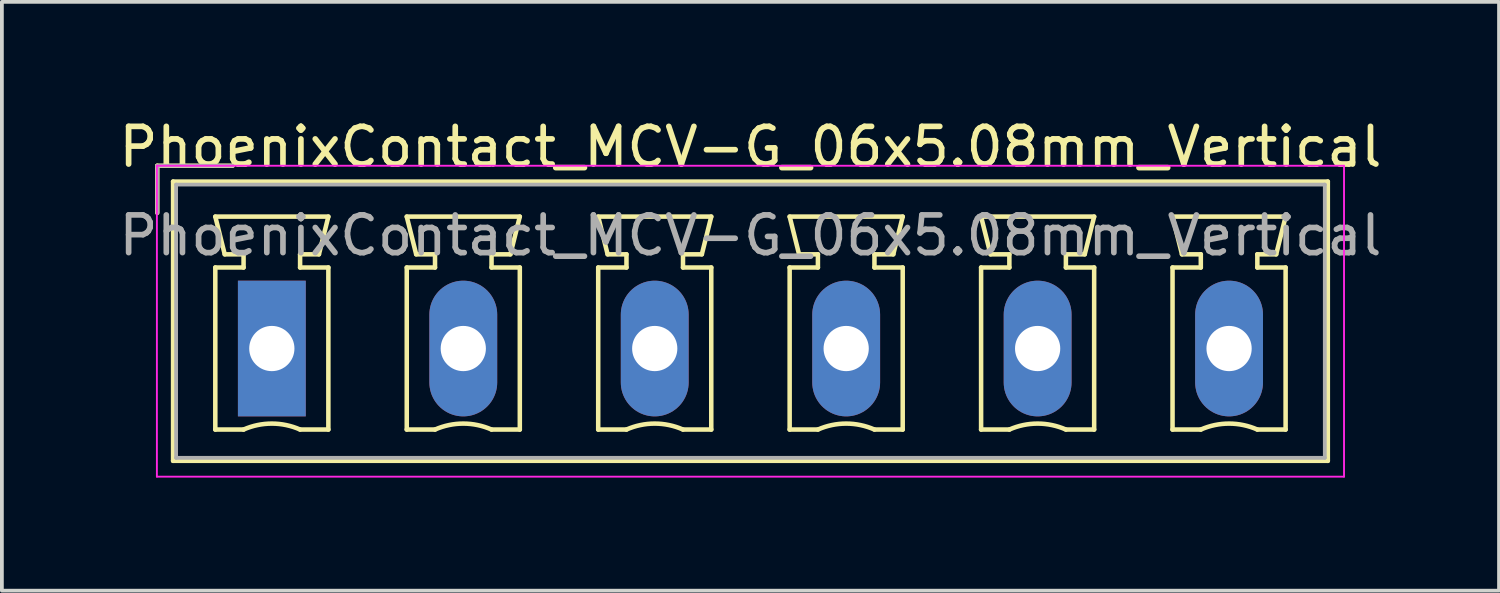
<source format=kicad_pcb>
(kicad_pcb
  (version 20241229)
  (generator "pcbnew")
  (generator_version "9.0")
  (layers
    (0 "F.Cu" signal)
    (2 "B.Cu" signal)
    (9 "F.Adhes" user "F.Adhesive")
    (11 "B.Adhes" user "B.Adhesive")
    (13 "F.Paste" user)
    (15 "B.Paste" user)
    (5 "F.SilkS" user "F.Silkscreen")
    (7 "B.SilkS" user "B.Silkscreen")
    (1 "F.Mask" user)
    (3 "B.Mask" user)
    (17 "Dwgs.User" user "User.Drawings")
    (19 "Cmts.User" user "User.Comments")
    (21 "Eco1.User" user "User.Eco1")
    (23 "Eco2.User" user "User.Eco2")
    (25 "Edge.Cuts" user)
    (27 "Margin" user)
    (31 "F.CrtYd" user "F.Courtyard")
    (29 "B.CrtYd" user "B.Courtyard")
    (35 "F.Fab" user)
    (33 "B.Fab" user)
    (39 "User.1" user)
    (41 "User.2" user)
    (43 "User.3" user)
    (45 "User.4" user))
  (footprint "PhoenixContact_MCV-G_06x5.08mm_Vertical"
    (layer "F.Cu")
    (at 4.163 6.198)
    (property "Reference" "PhoenixContact_MCV-G_06x5.08mm_Vertical" (at 12.7 -5.35 0) (layer "F.SilkS") (effects (font (size 1 1) (thickness 0.15))))
    (attr through_hole)
    (fp_line (start -3.04 -4.85) (end -1.04 -4.85) (stroke (width 0.12) (type solid)) (layer "F.SilkS"))
    (fp_line (start -3.04 -3.6) (end -3.04 -4.85) (stroke (width 0.12) (type solid)) (layer "F.SilkS"))
    (fp_line (start -2.62 -4.43) (end -2.62 2.98) (stroke (width 0.12) (type solid)) (layer "F.SilkS"))
    (fp_line (start -2.62 2.98) (end 28.02 2.98) (stroke (width 0.12) (type solid)) (layer "F.SilkS"))
    (fp_line (start -1.5 -3.5) (end 1.5 -3.5) (stroke (width 0.12) (type solid)) (layer "F.SilkS"))
    (fp_line (start -1.5 -2.15) (end -0.75 -2.15) (stroke (width 0.12) (type solid)) (layer "F.SilkS"))
    (fp_line (start -1.5 2.15) (end -1.5 -2.15) (stroke (width 0.12) (type solid)) (layer "F.SilkS"))
    (fp_line (start -1.25 -2.5) (end -1.5 -3.5) (stroke (width 0.12) (type solid)) (layer "F.SilkS"))
    (fp_line (start -0.75 -2.5) (end -1.25 -2.5) (stroke (width 0.12) (type solid)) (layer "F.SilkS"))
    (fp_line (start -0.75 -2.15) (end -0.75 -2.5) (stroke (width 0.12) (type solid)) (layer "F.SilkS"))
    (fp_line (start -0.75 2.15) (end -1.5 2.15) (stroke (width 0.12) (type solid)) (layer "F.SilkS"))
    (fp_line (start 0.75 -2.5) (end 0.75 -2.15) (stroke (width 0.12) (type solid)) (layer "F.SilkS"))
    (fp_line (start 0.75 -2.15) (end 1.5 -2.15) (stroke (width 0.12) (type solid)) (layer "F.SilkS"))
    (fp_line (start 1.25 -2.5) (end 0.75 -2.5) (stroke (width 0.12) (type solid)) (layer "F.SilkS"))
    (fp_line (start 1.5 -3.5) (end 1.25 -2.5) (stroke (width 0.12) (type solid)) (layer "F.SilkS"))
    (fp_line (start 1.5 -2.15) (end 1.5 2.15) (stroke (width 0.12) (type solid)) (layer "F.SilkS"))
    (fp_line (start 1.5 2.15) (end 0.75 2.15) (stroke (width 0.12) (type solid)) (layer "F.SilkS"))
    (fp_line (start 3.58 -3.5) (end 6.58 -3.5) (stroke (width 0.12) (type solid)) (layer "F.SilkS"))
    (fp_line (start 3.58 -2.15) (end 4.33 -2.15) (stroke (width 0.12) (type solid)) (layer "F.SilkS"))
    (fp_line (start 3.58 2.15) (end 3.58 -2.15) (stroke (width 0.12) (type solid)) (layer "F.SilkS"))
    (fp_line (start 3.83 -2.5) (end 3.58 -3.5) (stroke (width 0.12) (type solid)) (layer "F.SilkS"))
    (fp_line (start 4.33 -2.5) (end 3.83 -2.5) (stroke (width 0.12) (type solid)) (layer "F.SilkS"))
    (fp_line (start 4.33 -2.15) (end 4.33 -2.5) (stroke (width 0.12) (type solid)) (layer "F.SilkS"))
    (fp_line (start 4.33 2.15) (end 3.58 2.15) (stroke (width 0.12) (type solid)) (layer "F.SilkS"))
    (fp_line (start 5.83 -2.5) (end 5.83 -2.15) (stroke (width 0.12) (type solid)) (layer "F.SilkS"))
    (fp_line (start 5.83 -2.15) (end 6.58 -2.15) (stroke (width 0.12) (type solid)) (layer "F.SilkS"))
    (fp_line (start 6.33 -2.5) (end 5.83 -2.5) (stroke (width 0.12) (type solid)) (layer "F.SilkS"))
    (fp_line (start 6.58 -3.5) (end 6.33 -2.5) (stroke (width 0.12) (type solid)) (layer "F.SilkS"))
    (fp_line (start 6.58 -2.15) (end 6.58 2.15) (stroke (width 0.12) (type solid)) (layer "F.SilkS"))
    (fp_line (start 6.58 2.15) (end 5.83 2.15) (stroke (width 0.12) (type solid)) (layer "F.SilkS"))
    (fp_line (start 8.66 -3.5) (end 11.66 -3.5) (stroke (width 0.12) (type solid)) (layer "F.SilkS"))
    (fp_line (start 8.66 -2.15) (end 9.41 -2.15) (stroke (width 0.12) (type solid)) (layer "F.SilkS"))
    (fp_line (start 8.66 2.15) (end 8.66 -2.15) (stroke (width 0.12) (type solid)) (layer "F.SilkS"))
    (fp_line (start 8.91 -2.5) (end 8.66 -3.5) (stroke (width 0.12) (type solid)) (layer "F.SilkS"))
    (fp_line (start 9.41 -2.5) (end 8.91 -2.5) (stroke (width 0.12) (type solid)) (layer "F.SilkS"))
    (fp_line (start 9.41 -2.15) (end 9.41 -2.5) (stroke (width 0.12) (type solid)) (layer "F.SilkS"))
    (fp_line (start 9.41 2.15) (end 8.66 2.15) (stroke (width 0.12) (type solid)) (layer "F.SilkS"))
    (fp_line (start 10.91 -2.5) (end 10.91 -2.15) (stroke (width 0.12) (type solid)) (layer "F.SilkS"))
    (fp_line (start 10.91 -2.15) (end 11.66 -2.15) (stroke (width 0.12) (type solid)) (layer "F.SilkS"))
    (fp_line (start 11.41 -2.5) (end 10.91 -2.5) (stroke (width 0.12) (type solid)) (layer "F.SilkS"))
    (fp_line (start 11.66 -3.5) (end 11.41 -2.5) (stroke (width 0.12) (type solid)) (layer "F.SilkS"))
    (fp_line (start 11.66 -2.15) (end 11.66 2.15) (stroke (width 0.12) (type solid)) (layer "F.SilkS"))
    (fp_line (start 11.66 2.15) (end 10.91 2.15) (stroke (width 0.12) (type solid)) (layer "F.SilkS"))
    (fp_line (start 13.74 -3.5) (end 16.74 -3.5) (stroke (width 0.12) (type solid)) (layer "F.SilkS"))
    (fp_line (start 13.74 -2.15) (end 14.49 -2.15) (stroke (width 0.12) (type solid)) (layer "F.SilkS"))
    (fp_line (start 13.74 2.15) (end 13.74 -2.15) (stroke (width 0.12) (type solid)) (layer "F.SilkS"))
    (fp_line (start 13.99 -2.5) (end 13.74 -3.5) (stroke (width 0.12) (type solid)) (layer "F.SilkS"))
    (fp_line (start 14.49 -2.5) (end 13.99 -2.5) (stroke (width 0.12) (type solid)) (layer "F.SilkS"))
    (fp_line (start 14.49 -2.15) (end 14.49 -2.5) (stroke (width 0.12) (type solid)) (layer "F.SilkS"))
    (fp_line (start 14.49 2.15) (end 13.74 2.15) (stroke (width 0.12) (type solid)) (layer "F.SilkS"))
    (fp_line (start 15.99 -2.5) (end 15.99 -2.15) (stroke (width 0.12) (type solid)) (layer "F.SilkS"))
    (fp_line (start 15.99 -2.15) (end 16.74 -2.15) (stroke (width 0.12) (type solid)) (layer "F.SilkS"))
    (fp_line (start 16.49 -2.5) (end 15.99 -2.5) (stroke (width 0.12) (type solid)) (layer "F.SilkS"))
    (fp_line (start 16.74 -3.5) (end 16.49 -2.5) (stroke (width 0.12) (type solid)) (layer "F.SilkS"))
    (fp_line (start 16.74 -2.15) (end 16.74 2.15) (stroke (width 0.12) (type solid)) (layer "F.SilkS"))
    (fp_line (start 16.74 2.15) (end 15.99 2.15) (stroke (width 0.12) (type solid)) (layer "F.SilkS"))
    (fp_line (start 18.82 -3.5) (end 21.82 -3.5) (stroke (width 0.12) (type solid)) (layer "F.SilkS"))
    (fp_line (start 18.82 -2.15) (end 19.57 -2.15) (stroke (width 0.12) (type solid)) (layer "F.SilkS"))
    (fp_line (start 18.82 2.15) (end 18.82 -2.15) (stroke (width 0.12) (type solid)) (layer "F.SilkS"))
    (fp_line (start 19.07 -2.5) (end 18.82 -3.5) (stroke (width 0.12) (type solid)) (layer "F.SilkS"))
    (fp_line (start 19.57 -2.5) (end 19.07 -2.5) (stroke (width 0.12) (type solid)) (layer "F.SilkS"))
    (fp_line (start 19.57 -2.15) (end 19.57 -2.5) (stroke (width 0.12) (type solid)) (layer "F.SilkS"))
    (fp_line (start 19.57 2.15) (end 18.82 2.15) (stroke (width 0.12) (type solid)) (layer "F.SilkS"))
    (fp_line (start 21.07 -2.5) (end 21.07 -2.15) (stroke (width 0.12) (type solid)) (layer "F.SilkS"))
    (fp_line (start 21.07 -2.15) (end 21.82 -2.15) (stroke (width 0.12) (type solid)) (layer "F.SilkS"))
    (fp_line (start 21.57 -2.5) (end 21.07 -2.5) (stroke (width 0.12) (type solid)) (layer "F.SilkS"))
    (fp_line (start 21.82 -3.5) (end 21.57 -2.5) (stroke (width 0.12) (type solid)) (layer "F.SilkS"))
    (fp_line (start 21.82 -2.15) (end 21.82 2.15) (stroke (width 0.12) (type solid)) (layer "F.SilkS"))
    (fp_line (start 21.82 2.15) (end 21.07 2.15) (stroke (width 0.12) (type solid)) (layer "F.SilkS"))
    (fp_line (start 23.9 -3.5) (end 26.9 -3.5) (stroke (width 0.12) (type solid)) (layer "F.SilkS"))
    (fp_line (start 23.9 -2.15) (end 24.65 -2.15) (stroke (width 0.12) (type solid)) (layer "F.SilkS"))
    (fp_line (start 23.9 2.15) (end 23.9 -2.15) (stroke (width 0.12) (type solid)) (layer "F.SilkS"))
    (fp_line (start 24.15 -2.5) (end 23.9 -3.5) (stroke (width 0.12) (type solid)) (layer "F.SilkS"))
    (fp_line (start 24.65 -2.5) (end 24.15 -2.5) (stroke (width 0.12) (type solid)) (layer "F.SilkS"))
    (fp_line (start 24.65 -2.15) (end 24.65 -2.5) (stroke (width 0.12) (type solid)) (layer "F.SilkS"))
    (fp_line (start 24.65 2.15) (end 23.9 2.15) (stroke (width 0.12) (type solid)) (layer "F.SilkS"))
    (fp_line (start 26.15 -2.5) (end 26.15 -2.15) (stroke (width 0.12) (type solid)) (layer "F.SilkS"))
    (fp_line (start 26.15 -2.15) (end 26.9 -2.15) (stroke (width 0.12) (type solid)) (layer "F.SilkS"))
    (fp_line (start 26.65 -2.5) (end 26.15 -2.5) (stroke (width 0.12) (type solid)) (layer "F.SilkS"))
    (fp_line (start 26.9 -3.5) (end 26.65 -2.5) (stroke (width 0.12) (type solid)) (layer "F.SilkS"))
    (fp_line (start 26.9 -2.15) (end 26.9 2.15) (stroke (width 0.12) (type solid)) (layer "F.SilkS"))
    (fp_line (start 26.9 2.15) (end 26.15 2.15) (stroke (width 0.12) (type solid)) (layer "F.SilkS"))
    (fp_line (start 28.02 -4.43) (end -2.62 -4.43) (stroke (width 0.12) (type solid)) (layer "F.SilkS"))
    (fp_line (start 28.02 2.98) (end 28.02 -4.43) (stroke (width 0.12) (type solid)) (layer "F.SilkS"))
    (fp_arc (start -0.75 2.15) (mid -0.000193 1.99191) (end 0.749647 2.149844) (stroke (width 0.12) (type solid)) (layer "F.SilkS"))
    (fp_arc (start 4.33 2.15) (mid 5.079807 1.99191) (end 5.829647 2.149844) (stroke (width 0.12) (type solid)) (layer "F.SilkS"))
    (fp_arc (start 9.41 2.15) (mid 10.159807 1.99191) (end 10.909647 2.149844) (stroke (width 0.12) (type solid)) (layer "F.SilkS"))
    (fp_arc (start 14.49 2.15) (mid 15.239807 1.99191) (end 15.989647 2.149844) (stroke (width 0.12) (type solid)) (layer "F.SilkS"))
    (fp_arc (start 19.57 2.15) (mid 20.319807 1.99191) (end 21.069647 2.149844) (stroke (width 0.12) (type solid)) (layer "F.SilkS"))
    (fp_arc (start 24.65 2.15) (mid 25.399807 1.99191) (end 26.149647 2.149844) (stroke (width 0.12) (type solid)) (layer "F.SilkS"))
    (fp_line (start -3.05 -4.85) (end -3.05 3.4) (stroke (width 0.05) (type solid)) (layer "F.CrtYd"))
    (fp_line (start -3.05 3.4) (end 28.45 3.4) (stroke (width 0.05) (type solid)) (layer "F.CrtYd"))
    (fp_line (start 28.45 -4.85) (end -3.05 -4.85) (stroke (width 0.05) (type solid)) (layer "F.CrtYd"))
    (fp_line (start 28.45 3.4) (end 28.45 -4.85) (stroke (width 0.05) (type solid)) (layer "F.CrtYd"))
    (fp_line (start -3.04 -4.85) (end -1.04 -4.85) (stroke (width 0.1) (type solid)) (layer "F.Fab"))
    (fp_line (start -3.04 -3.6) (end -3.04 -4.85) (stroke (width 0.1) (type solid)) (layer "F.Fab"))
    (fp_line (start -2.54 -4.35) (end -2.54 2.9) (stroke (width 0.1) (type solid)) (layer "F.Fab"))
    (fp_line (start -2.54 2.9) (end 27.94 2.9) (stroke (width 0.1) (type solid)) (layer "F.Fab"))
    (fp_line (start 27.94 -4.35) (end -2.54 -4.35) (stroke (width 0.1) (type solid)) (layer "F.Fab"))
    (fp_line (start 27.94 2.9) (end 27.94 -4.35) (stroke (width 0.1) (type solid)) (layer "F.Fab"))
    (fp_text user "${REFERENCE}" (at 12.7 -3 0) (layer "F.Fab") (effects (font (size 1 1) (thickness 0.15))))
    (pad "1" thru_hole rect (at 0 0) (size 1.8 3.6) (drill 1.2) (layers "*.Cu" "*.Mask"))
    (pad "2" thru_hole oval (at 5.08 0) (size 1.8 3.6) (drill 1.2) (layers "*.Cu" "*.Mask"))
    (pad "3" thru_hole oval (at 10.16 0) (size 1.8 3.6) (drill 1.2) (layers "*.Cu" "*.Mask"))
    (pad "4" thru_hole oval (at 15.24 0) (size 1.8 3.6) (drill 1.2) (layers "*.Cu" "*.Mask"))
    (pad "5" thru_hole oval (at 20.32 0) (size 1.8 3.6) (drill 1.2) (layers "*.Cu" "*.Mask"))
    (pad "6" thru_hole oval (at 25.4 0) (size 1.8 3.6) (drill 1.2) (layers "*.Cu" "*.Mask")))
  (gr_rect
    (start -3 -3)
    (end 36.726 12.623)
    (stroke (width 0.1) (type default))
    (fill no)
    (layer "Edge.Cuts")))
</source>
